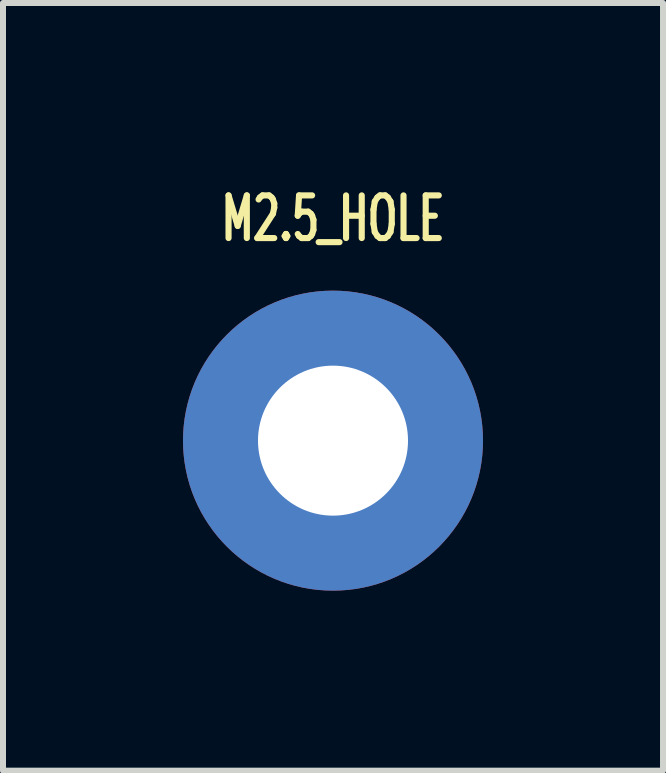
<source format=kicad_pcb>
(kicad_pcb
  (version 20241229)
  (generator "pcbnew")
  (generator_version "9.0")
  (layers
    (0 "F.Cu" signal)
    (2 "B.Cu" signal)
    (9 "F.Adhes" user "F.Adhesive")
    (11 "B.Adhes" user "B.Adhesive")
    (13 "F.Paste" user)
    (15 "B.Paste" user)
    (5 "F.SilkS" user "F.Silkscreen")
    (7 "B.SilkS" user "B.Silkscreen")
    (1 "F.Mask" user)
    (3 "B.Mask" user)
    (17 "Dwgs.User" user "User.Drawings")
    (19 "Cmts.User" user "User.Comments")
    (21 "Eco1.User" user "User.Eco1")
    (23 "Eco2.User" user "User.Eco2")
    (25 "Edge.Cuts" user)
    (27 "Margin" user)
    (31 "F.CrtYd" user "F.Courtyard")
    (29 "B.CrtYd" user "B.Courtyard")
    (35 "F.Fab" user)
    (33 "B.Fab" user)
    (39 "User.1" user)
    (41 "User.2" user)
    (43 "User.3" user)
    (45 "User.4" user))
  (footprint "M2.5_HOLE"
    (layer "F.Cu")
    (at 2.5 4.294)
    (property "Reference" "M2.5_HOLE" (at 0 -3.7 0) (layer "F.SilkS") (effects (font (size 0.711 0.457) (thickness 0.102))))
    (attr through_hole)
    (pad "1" thru_hole circle (at 0 0) (size 5 5) (drill 2.5) (layers "*.Cu" "*.Mask")))
  (gr_rect
    (start -3 -3)
    (end 8 9.794)
    (stroke (width 0.1) (type default))
    (fill no)
    (layer "Edge.Cuts")))
</source>
